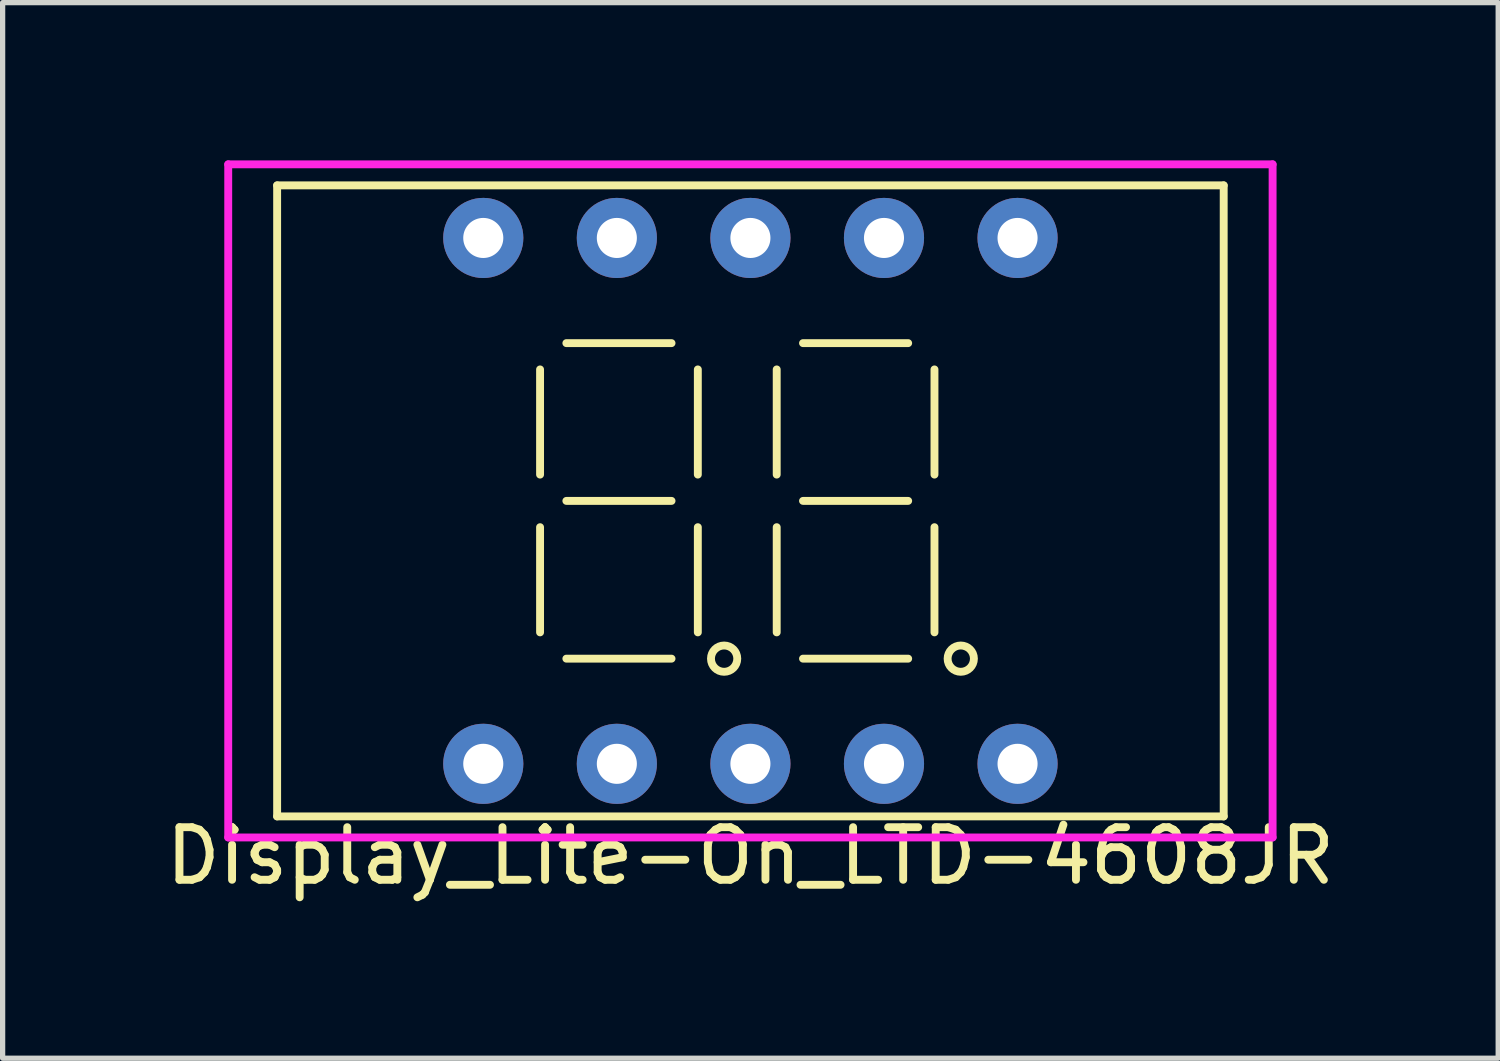
<source format=kicad_pcb>
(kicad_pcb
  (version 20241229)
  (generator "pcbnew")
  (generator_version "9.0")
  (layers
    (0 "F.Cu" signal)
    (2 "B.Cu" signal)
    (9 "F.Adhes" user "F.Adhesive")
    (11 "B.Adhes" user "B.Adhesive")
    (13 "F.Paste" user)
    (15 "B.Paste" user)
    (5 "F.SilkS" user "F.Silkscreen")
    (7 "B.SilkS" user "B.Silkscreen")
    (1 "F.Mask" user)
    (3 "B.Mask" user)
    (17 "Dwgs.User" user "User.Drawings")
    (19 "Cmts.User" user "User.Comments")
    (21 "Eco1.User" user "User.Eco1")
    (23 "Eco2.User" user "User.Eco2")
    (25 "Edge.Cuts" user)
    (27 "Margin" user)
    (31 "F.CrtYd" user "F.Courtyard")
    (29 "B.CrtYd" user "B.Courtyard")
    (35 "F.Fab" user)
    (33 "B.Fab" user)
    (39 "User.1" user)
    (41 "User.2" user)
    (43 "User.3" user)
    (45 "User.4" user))
  (footprint "Display_Lite-On_LTD-4608JR"
    (layer "F.Cu")
    (at 11.22 6.475)
    (property "Reference" "Display_Lite-On_LTD-4608JR" (at 0 6.75 0) (layer "F.SilkS") (effects (font (size 1 1) (thickness 0.15))))
    (attr through_hole)
    (fp_line (start -9 -6) (end 9 -6) (stroke (width 0.15) (type solid)) (layer "F.SilkS"))
    (fp_line (start -9 6) (end -9 -6) (stroke (width 0.15) (type solid)) (layer "F.SilkS"))
    (fp_line (start -4 -0.5) (end -4 -2.5) (stroke (width 0.15) (type solid)) (layer "F.SilkS"))
    (fp_line (start -4 0.5) (end -4 2.5) (stroke (width 0.15) (type solid)) (layer "F.SilkS"))
    (fp_line (start -3.5 -3) (end -1.5 -3) (stroke (width 0.15) (type solid)) (layer "F.SilkS"))
    (fp_line (start -3.5 0) (end -1.5 0) (stroke (width 0.15) (type solid)) (layer "F.SilkS"))
    (fp_line (start -3.5 3) (end -1.5 3) (stroke (width 0.15) (type solid)) (layer "F.SilkS"))
    (fp_line (start -1 -0.5) (end -1 -2.5) (stroke (width 0.15) (type solid)) (layer "F.SilkS"))
    (fp_line (start -1 0.5) (end -1 2.5) (stroke (width 0.15) (type solid)) (layer "F.SilkS"))
    (fp_line (start 0.5 -0.5) (end 0.5 -2.5) (stroke (width 0.15) (type solid)) (layer "F.SilkS"))
    (fp_line (start 0.5 0.5) (end 0.5 2.5) (stroke (width 0.15) (type solid)) (layer "F.SilkS"))
    (fp_line (start 1 -3) (end 3 -3) (stroke (width 0.15) (type solid)) (layer "F.SilkS"))
    (fp_line (start 1 0) (end 3 0) (stroke (width 0.15) (type solid)) (layer "F.SilkS"))
    (fp_line (start 1 3) (end 3 3) (stroke (width 0.15) (type solid)) (layer "F.SilkS"))
    (fp_line (start 3.5 -2.5) (end 3.5 -0.5) (stroke (width 0.15) (type solid)) (layer "F.SilkS"))
    (fp_line (start 3.5 2.5) (end 3.5 0.5) (stroke (width 0.15) (type solid)) (layer "F.SilkS"))
    (fp_line (start 9 -6) (end 9 6) (stroke (width 0.15) (type solid)) (layer "F.SilkS"))
    (fp_line (start 9 6) (end -9 6) (stroke (width 0.15) (type solid)) (layer "F.SilkS"))
    (fp_circle (center -0.5 3) (end -0.25 3) (stroke (width 0.15) (type solid)) (fill no) (layer "F.SilkS"))
    (fp_circle (center 4 3) (end 4.25 3) (stroke (width 0.15) (type solid)) (fill no) (layer "F.SilkS"))
    (fp_line (start -9.93 -6.4) (end 9.93 -6.4) (stroke (width 0.15) (type solid)) (layer "F.CrtYd"))
    (fp_line (start -9.93 6.4) (end -9.93 -6.4) (stroke (width 0.15) (type solid)) (layer "F.CrtYd"))
    (fp_line (start 9.93 -6.4) (end 9.93 6.4) (stroke (width 0.15) (type solid)) (layer "F.CrtYd"))
    (fp_line (start 9.93 6.4) (end -9.93 6.4) (stroke (width 0.15) (type solid)) (layer "F.CrtYd"))
    (pad "1" thru_hole circle (at -5.08 5) (size 1.524 1.524) (drill 0.762) (layers "*.Cu" "*.Mask"))
    (pad "2" thru_hole circle (at -2.54 5) (size 1.524 1.524) (drill 0.762) (layers "*.Cu" "*.Mask"))
    (pad "3" thru_hole circle (at 0 5) (size 1.524 1.524) (drill 0.762) (layers "*.Cu" "*.Mask"))
    (pad "4" thru_hole circle (at 2.54 5) (size 1.524 1.524) (drill 0.762) (layers "*.Cu" "*.Mask"))
    (pad "5" thru_hole circle (at 5.08 5) (size 1.524 1.524) (drill 0.762) (layers "*.Cu" "*.Mask"))
    (pad "6" thru_hole circle (at 5.08 -5) (size 1.524 1.524) (drill 0.762) (layers "*.Cu" "*.Mask"))
    (pad "7" thru_hole circle (at 2.54 -5) (size 1.524 1.524) (drill 0.762) (layers "*.Cu" "*.Mask"))
    (pad "8" thru_hole circle (at 0 -5) (size 1.524 1.524) (drill 0.762) (layers "*.Cu" "*.Mask"))
    (pad "9" thru_hole circle (at -2.54 -5) (size 1.524 1.524) (drill 0.762) (layers "*.Cu" "*.Mask"))
    (pad "10" thru_hole circle (at -5.08 -5) (size 1.524 1.524) (drill 0.762) (layers "*.Cu" "*.Mask")))
  (gr_rect
    (start -3 -3)
    (end 25.44 17.073)
    (stroke (width 0.1) (type default))
    (fill no)
    (layer "Edge.Cuts")))
</source>
